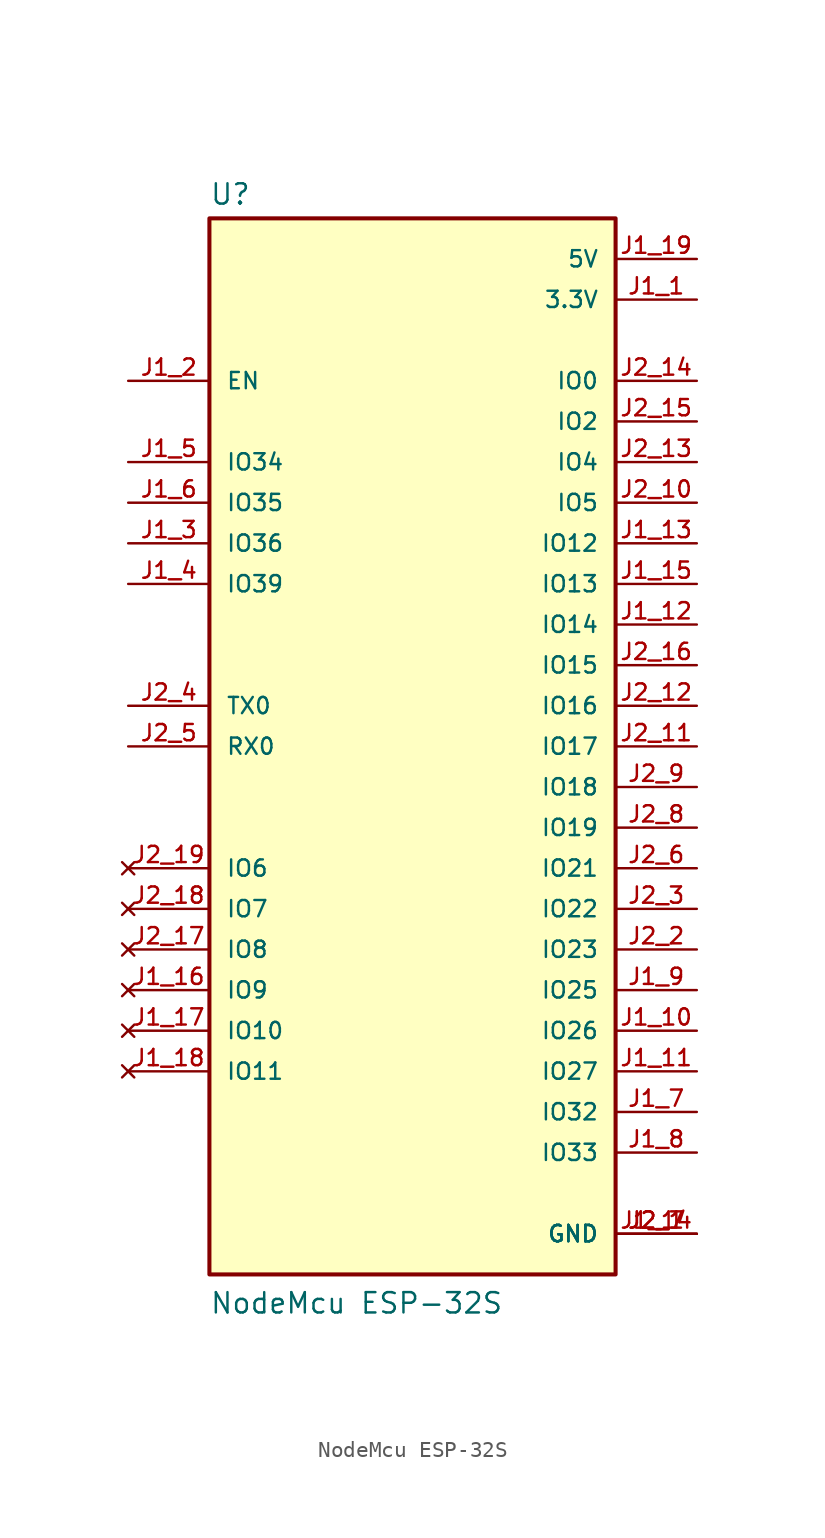
<source format=kicad_sym>
(kicad_symbol_lib
  (version 20231120)
  (generator "kicad_symbol_editor")
  (generator_version "8.0")
  (symbol "NodeMcu ESP-32S"
    (pin_names
      (offset 1.016))
    (property "Reference" "U"
      (at -12.7 33.782 0)
      (effects (font (size 1.27 1.27)) (justify left bottom)))
    (property "Value" "NodeMcu ESP-32S"
      (at -12.7 -35.56 0)
      (effects (font (size 1.27 1.27)) (justify left bottom)))
    (symbol "NodeMcu ESP-32S_0_0"
      (rectangle (start -12.7 -33.02) (end 12.7 33.02) (stroke (width 0.254) (type default)) (fill (type background)))
      (pin power_in line (at 17.78 27.94 180) (length 5.08) (name "3.3V" (effects (font (size 1.016 1.016)))) (number "J1_1" (effects (font (size 1.016 1.016)))))
      (pin bidirectional line (at 17.78 -17.78 180) (length 5.08) (name "IO26" (effects (font (size 1.016 1.016)))) (number "J1_10" (effects (font (size 1.016 1.016)))))
      (pin bidirectional line (at 17.78 -20.32 180) (length 5.08) (name "IO27" (effects (font (size 1.016 1.016)))) (number "J1_11" (effects (font (size 1.016 1.016)))))
      (pin bidirectional line (at 17.78 7.62 180) (length 5.08) (name "IO14" (effects (font (size 1.016 1.016)))) (number "J1_12" (effects (font (size 1.016 1.016)))))
      (pin bidirectional line (at 17.78 12.7 180) (length 5.08) (name "IO12" (effects (font (size 1.016 1.016)))) (number "J1_13" (effects (font (size 1.016 1.016)))))
      (pin power_in line (at 17.78 -30.48 180) (length 5.08) (name "GND" (effects (font (size 1.016 1.016)))) (number "J1_14" (effects (font (size 1.016 1.016)))))
      (pin bidirectional line (at 17.78 10.16 180) (length 5.08) (name "IO13" (effects (font (size 1.016 1.016)))) (number "J1_15" (effects (font (size 1.016 1.016)))))
      (pin no_connect line (at -17.78 -15.24 0) (length 5.08) (name "IO9" (effects (font (size 1.016 1.016)))) (number "J1_16" (effects (font (size 1.016 1.016)))))
      (pin no_connect line (at -17.78 -17.78 0) (length 5.08) (name "IO10" (effects (font (size 1.016 1.016)))) (number "J1_17" (effects (font (size 1.016 1.016)))))
      (pin no_connect line (at -17.78 -20.32 0) (length 5.08) (name "IO11" (effects (font (size 1.016 1.016)))) (number "J1_18" (effects (font (size 1.016 1.016)))))
      (pin power_in line (at 17.78 30.48 180) (length 5.08) (name "5V" (effects (font (size 1.016 1.016)))) (number "J1_19" (effects (font (size 1.016 1.016)))))
      (pin input line (at -17.78 22.86 0) (length 5.08) (name "EN" (effects (font (size 1.016 1.016)))) (number "J1_2" (effects (font (size 1.016 1.016)))))
      (pin input line (at -17.78 12.7 0) (length 5.08) (name "IO36" (effects (font (size 1.016 1.016)))) (number "J1_3" (effects (font (size 1.016 1.016)))))
      (pin input line (at -17.78 10.16 0) (length 5.08) (name "IO39" (effects (font (size 1.016 1.016)))) (number "J1_4" (effects (font (size 1.016 1.016)))))
      (pin input line (at -17.78 17.78 0) (length 5.08) (name "IO34" (effects (font (size 1.016 1.016)))) (number "J1_5" (effects (font (size 1.016 1.016)))))
      (pin input line (at -17.78 15.24 0) (length 5.08) (name "IO35" (effects (font (size 1.016 1.016)))) (number "J1_6" (effects (font (size 1.016 1.016)))))
      (pin bidirectional line (at 17.78 -22.86 180) (length 5.08) (name "IO32" (effects (font (size 1.016 1.016)))) (number "J1_7" (effects (font (size 1.016 1.016)))))
      (pin bidirectional line (at 17.78 -25.4 180) (length 5.08) (name "IO33" (effects (font (size 1.016 1.016)))) (number "J1_8" (effects (font (size 1.016 1.016)))))
      (pin bidirectional line (at 17.78 -15.24 180) (length 5.08) (name "IO25" (effects (font (size 1.016 1.016)))) (number "J1_9" (effects (font (size 1.016 1.016)))))
      (pin power_in line (at 17.78 -30.48 180) (length 5.08) (name "GND" (effects (font (size 1.016 1.016)))) (number "J2_1" (effects (font (size 1.016 1.016)))))
      (pin bidirectional line (at 17.78 15.24 180) (length 5.08) (name "IO5" (effects (font (size 1.016 1.016)))) (number "J2_10" (effects (font (size 1.016 1.016)))))
      (pin bidirectional line (at 17.78 0 180) (length 5.08) (name "IO17" (effects (font (size 1.016 1.016)))) (number "J2_11" (effects (font (size 1.016 1.016)))))
      (pin bidirectional line (at 17.78 2.54 180) (length 5.08) (name "IO16" (effects (font (size 1.016 1.016)))) (number "J2_12" (effects (font (size 1.016 1.016)))))
      (pin bidirectional line (at 17.78 17.78 180) (length 5.08) (name "IO4" (effects (font (size 1.016 1.016)))) (number "J2_13" (effects (font (size 1.016 1.016)))))
      (pin bidirectional line (at 17.78 22.86 180) (length 5.08) (name "IO0" (effects (font (size 1.016 1.016)))) (number "J2_14" (effects (font (size 1.016 1.016)))))
      (pin bidirectional line (at 17.78 20.32 180) (length 5.08) (name "IO2" (effects (font (size 1.016 1.016)))) (number "J2_15" (effects (font (size 1.016 1.016)))))
      (pin bidirectional line (at 17.78 5.08 180) (length 5.08) (name "IO15" (effects (font (size 1.016 1.016)))) (number "J2_16" (effects (font (size 1.016 1.016)))))
      (pin no_connect line (at -17.78 -12.7 0) (length 5.08) (name "IO8" (effects (font (size 1.016 1.016)))) (number "J2_17" (effects (font (size 1.016 1.016)))))
      (pin no_connect line (at -17.78 -10.16 0) (length 5.08) (name "IO7" (effects (font (size 1.016 1.016)))) (number "J2_18" (effects (font (size 1.016 1.016)))))
      (pin no_connect line (at -17.78 -7.62 0) (length 5.08) (name "IO6" (effects (font (size 1.016 1.016)))) (number "J2_19" (effects (font (size 1.016 1.016)))))
      (pin bidirectional line (at 17.78 -12.7 180) (length 5.08) (name "IO23" (effects (font (size 1.016 1.016)))) (number "J2_2" (effects (font (size 1.016 1.016)))))
      (pin bidirectional line (at 17.78 -10.16 180) (length 5.08) (name "IO22" (effects (font (size 1.016 1.016)))) (number "J2_3" (effects (font (size 1.016 1.016)))))
      (pin bidirectional line (at -17.78 2.54 0) (length 5.08) (name "TX0" (effects (font (size 1.016 1.016)))) (number "J2_4" (effects (font (size 1.016 1.016)))))
      (pin bidirectional line (at -17.78 0 0) (length 5.08) (name "RX0" (effects (font (size 1.016 1.016)))) (number "J2_5" (effects (font (size 1.016 1.016)))))
      (pin bidirectional line (at 17.78 -7.62 180) (length 5.08) (name "IO21" (effects (font (size 1.016 1.016)))) (number "J2_6" (effects (font (size 1.016 1.016)))))
      (pin power_in line (at 17.78 -30.48 180) (length 5.08) (name "GND" (effects (font (size 1.016 1.016)))) (number "J2_7" (effects (font (size 1.016 1.016)))))
      (pin bidirectional line (at 17.78 -5.08 180) (length 5.08) (name "IO19" (effects (font (size 1.016 1.016)))) (number "J2_8" (effects (font (size 1.016 1.016)))))
      (pin bidirectional line (at 17.78 -2.54 180) (length 5.08) (name "IO18" (effects (font (size 1.016 1.016)))) (number "J2_9" (effects (font (size 1.016 1.016))))))))
</source>
